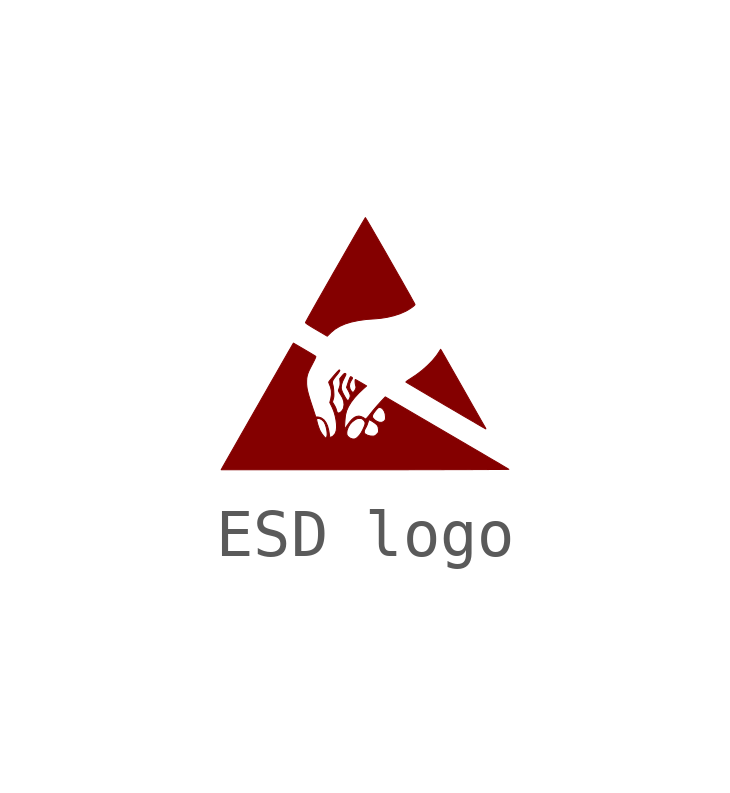
<source format=kicad_sym>
(kicad_symbol_lib
  (version 20241209)
  (generator "kicad_symbol_editor")
  (generator_version "9.0")
  (symbol "ESD logo"
    (pin_names
      (offset 1.016))
    (property "Reference" "LOGO"
      (at 0 1.996 0)
      (effects (font (size 1.27 1.27)) (hide yes)))
    (symbol "ESD logo_0_0"
      (polyline (pts (xy -0.713 0.219) (xy -0.712 0.22) (xy -0.629 0.289) (xy -0.531 0.348) (xy -0.417 0.398) (xy -0.287 0.438) (xy -0.14 0.469) (xy 0.024 0.492) (xy 0.205 0.505) (xy 0.32 0.515) (xy 0.461 0.537) (xy 0.597 0.569) (xy 0.725 0.61) (xy 0.837 0.659) (xy 0.848 0.664) (xy 0.892 0.689) (xy 0.937 0.717) (xy 0.977 0.744) (xy 1.01 0.769) (xy 1.032 0.79) (xy 1.04 0.803) (xy 1.036 0.811) (xy 1.024 0.836) (xy 1.002 0.875) (xy 0.973 0.927) (xy 0.938 0.992) (xy 0.896 1.066) (xy 0.848 1.15) (xy 0.797 1.241) (xy 0.742 1.339) (xy 0.683 1.441) (xy 0.623 1.547) (xy 0.561 1.655) (xy 0.499 1.764) (xy 0.438 1.872) (xy 0.377 1.978) (xy 0.318 2.08) (xy 0.262 2.178) (xy 0.209 2.269) (xy 0.161 2.352) (xy 0.118 2.427) (xy 0.08 2.491) (xy 0.05 2.543) (xy 0.026 2.582) (xy 0.011 2.606) (xy 0.005 2.615) (xy 0.004 2.614) (xy -0.004 2.6) (xy -0.022 2.571) (xy -0.048 2.527) (xy -0.082 2.47) (xy -0.122 2.401) (xy -0.168 2.322) (xy -0.22 2.233) (xy -0.276 2.135) (xy -0.336 2.031) (xy -0.399 1.921) (xy -0.464 1.807) (xy -0.531 1.69) (xy -0.599 1.571) (xy -0.668 1.452) (xy -0.735 1.333) (xy -0.802 1.216) (xy -0.866 1.103) (xy -0.928 0.994) (xy -0.987 0.891) (xy -1.041 0.795) (xy -1.091 0.707) (xy -1.134 0.629) (xy -1.172 0.562) (xy -1.202 0.507) (xy -1.225 0.465) (xy -1.239 0.439) (xy -1.244 0.428) (xy -1.24 0.42) (xy -1.224 0.405) (xy -1.195 0.385) (xy -1.151 0.357) (xy -1.093 0.321) (xy -1.018 0.277) (xy -0.79 0.143) (xy -0.713 0.219)) (stroke (width 0.01) (type default)) (fill (type outline)))
      (polyline (pts (xy 0.643 -2.641) (xy 0.885 -2.641) (xy 1.117 -2.64) (xy 1.339 -2.64) (xy 1.55 -2.64) (xy 1.75 -2.639) (xy 1.936 -2.639) (xy 2.11 -2.639) (xy 2.271 -2.638) (xy 2.417 -2.638) (xy 2.548 -2.637) (xy 2.664 -2.636) (xy 2.763 -2.636) (xy 2.846 -2.635) (xy 2.911 -2.634) (xy 2.958 -2.634) (xy 2.987 -2.633) (xy 2.996 -2.632) (xy 2.995 -2.632) (xy 2.984 -2.625) (xy 2.957 -2.608) (xy 2.916 -2.584) (xy 2.862 -2.552) (xy 2.797 -2.513) (xy 2.722 -2.469) (xy 2.639 -2.421) (xy 2.55 -2.369) (xy 2.456 -2.313) (xy 2.364 -2.259) (xy 2.254 -2.195) (xy 2.132 -2.124) (xy 2.001 -2.047) (xy 1.863 -1.966) (xy 1.722 -1.884) (xy 1.579 -1.8) (xy 1.438 -1.718) (xy 1.302 -1.638) (xy 1.173 -1.563) (xy 0.42 -1.122) (xy 0.356 -1.189) (xy 0.328 -1.219) (xy 0.249 -1.307) (xy 0.167 -1.403) (xy 0.087 -1.503) (xy 0.069 -1.526) (xy 0.151 -1.526) (xy 0.158 -1.497) (xy 0.177 -1.462) (xy 0.211 -1.417) (xy 0.217 -1.409) (xy 0.246 -1.375) (xy 0.267 -1.354) (xy 0.284 -1.343) (xy 0.3 -1.341) (xy 0.308 -1.341) (xy 0.344 -1.355) (xy 0.375 -1.384) (xy 0.401 -1.427) (xy 0.418 -1.478) (xy 0.424 -1.537) (xy 0.424 -1.562) (xy 0.422 -1.589) (xy 0.414 -1.608) (xy 0.4 -1.624) (xy 0.382 -1.639) (xy 0.341 -1.654) (xy 0.294 -1.651) (xy 0.29 -1.65) (xy 0.246 -1.632) (xy 0.203 -1.605) (xy 0.17 -1.573) (xy 0.156 -1.551) (xy 0.151 -1.526) (xy 0.069 -1.526) (xy 0.068 -1.526) (xy 0.039 -1.56) (xy 0.018 -1.579) (xy 0.007 -1.584) (xy 0.004 -1.582) (xy -0.014 -1.57) (xy -0.038 -1.554) (xy -0.043 -1.551) (xy -0.078 -1.535) (xy -0.115 -1.525) (xy -0.134 -1.523) (xy -0.18 -1.53) (xy -0.226 -1.551) (xy -0.273 -1.59) (xy -0.322 -1.645) (xy -0.376 -1.72) (xy -0.385 -1.732) (xy -0.405 -1.762) (xy -0.421 -1.783) (xy -0.428 -1.791) (xy -0.429 -1.786) (xy -0.43 -1.766) (xy -0.429 -1.732) (xy -0.426 -1.689) (xy -0.423 -1.64) (xy -0.419 -1.59) (xy -0.414 -1.542) (xy -0.409 -1.501) (xy -0.408 -1.496) (xy -0.387 -1.413) (xy -0.348 -1.325) (xy -0.292 -1.233) (xy -0.22 -1.139) (xy -0.133 -1.044) (xy -0.032 -0.949) (xy 0.031 -0.894) (xy -0.083 -0.827) (xy -0.092 -0.822) (xy -0.134 -0.798) (xy -0.169 -0.778) (xy -0.193 -0.765) (xy -0.204 -0.76) (xy -0.208 -0.767) (xy -0.21 -0.788) (xy -0.209 -0.819) (xy -0.205 -0.853) (xy -0.198 -0.886) (xy -0.193 -0.903) (xy -0.191 -0.927) (xy -0.196 -0.949) (xy -0.21 -0.979) (xy -0.216 -0.989) (xy -0.236 -1.018) (xy -0.255 -1.027) (xy -0.275 -1.017) (xy -0.297 -0.989) (xy -0.316 -0.953) (xy -0.327 -0.898) (xy -0.319 -0.84) (xy -0.291 -0.781) (xy -0.286 -0.775) (xy -0.27 -0.748) (xy -0.264 -0.732) (xy -0.266 -0.723) (xy -0.275 -0.714) (xy -0.288 -0.706) (xy -0.3 -0.7) (xy -0.303 -0.701) (xy -0.314 -0.715) (xy -0.328 -0.746) (xy -0.345 -0.79) (xy -0.363 -0.845) (xy -0.388 -0.924) (xy -0.349 -0.995) (xy -0.333 -1.027) (xy -0.316 -1.069) (xy -0.31 -1.1) (xy -0.311 -1.112) (xy -0.319 -1.141) (xy -0.331 -1.17) (xy -0.346 -1.192) (xy -0.359 -1.2) (xy -0.367 -1.197) (xy -0.384 -1.179) (xy -0.405 -1.149) (xy -0.427 -1.111) (xy -0.45 -1.069) (xy -0.471 -1.027) (xy -0.486 -0.989) (xy -0.495 -0.959) (xy -0.498 -0.928) (xy -0.491 -0.868) (xy -0.47 -0.801) (xy -0.436 -0.731) (xy -0.426 -0.711) (xy -0.408 -0.675) (xy -0.401 -0.653) (xy -0.403 -0.641) (xy -0.406 -0.638) (xy -0.42 -0.632) (xy -0.435 -0.636) (xy -0.456 -0.654) (xy -0.484 -0.686) (xy -0.53 -0.743) (xy -0.524 -0.809) (xy -0.522 -0.838) (xy -0.525 -0.882) (xy -0.535 -0.92) (xy -0.54 -0.934) (xy -0.55 -0.963) (xy -0.557 -0.983) (xy -0.556 -0.996) (xy -0.544 -1.024) (xy -0.52 -1.062) (xy -0.515 -1.069) (xy -0.471 -1.144) (xy -0.447 -1.215) (xy -0.44 -1.285) (xy -0.451 -1.355) (xy -0.456 -1.369) (xy -0.476 -1.403) (xy -0.502 -1.433) (xy -0.531 -1.453) (xy -0.558 -1.459) (xy -0.565 -1.458) (xy -0.578 -1.451) (xy -0.587 -1.434) (xy -0.596 -1.403) (xy -0.605 -1.372) (xy -0.623 -1.33) (xy -0.645 -1.29) (xy -0.682 -1.229) (xy -0.665 -1.173) (xy -0.657 -1.143) (xy -0.652 -1.11) (xy -0.651 -1.07) (xy -0.654 -1.016) (xy -0.655 -0.99) (xy -0.66 -0.944) (xy -0.665 -0.905) (xy -0.671 -0.88) (xy -0.671 -0.879) (xy -0.68 -0.846) (xy -0.682 -0.818) (xy -0.677 -0.791) (xy -0.663 -0.762) (xy -0.638 -0.726) (xy -0.601 -0.679) (xy -0.6 -0.678) (xy -0.563 -0.632) (xy -0.54 -0.598) (xy -0.529 -0.576) (xy -0.529 -0.564) (xy -0.54 -0.56) (xy -0.545 -0.563) (xy -0.561 -0.579) (xy -0.586 -0.604) (xy -0.616 -0.638) (xy -0.649 -0.675) (xy -0.682 -0.714) (xy -0.712 -0.75) (xy -0.737 -0.781) (xy -0.754 -0.804) (xy -0.76 -0.815) (xy -0.757 -0.828) (xy -0.747 -0.854) (xy -0.734 -0.886) (xy -0.722 -0.916) (xy -0.704 -0.995) (xy -0.703 -1.08) (xy -0.718 -1.167) (xy -0.737 -1.24) (xy -0.694 -1.327) (xy -0.68 -1.356) (xy -0.649 -1.436) (xy -0.625 -1.52) (xy -0.608 -1.605) (xy -0.598 -1.686) (xy -0.596 -1.76) (xy -0.603 -1.824) (xy -0.619 -1.873) (xy -0.384 -1.873) (xy -0.377 -1.822) (xy -0.357 -1.767) (xy -0.346 -1.744) (xy -0.314 -1.691) (xy -0.275 -1.648) (xy -0.223 -1.608) (xy -0.211 -1.6) (xy -0.179 -1.582) (xy -0.15 -1.573) (xy -0.118 -1.571) (xy -0.112 -1.571) (xy -0.081 -1.573) (xy -0.058 -1.583) (xy -0.034 -1.605) (xy -0.019 -1.621) (xy -0.005 -1.645) (xy -0.001 -1.672) (xy -0.007 -1.706) (xy -0.023 -1.749) (xy -0.049 -1.806) (xy -0.057 -1.822) (xy -0.071 -1.848) (xy -0.019 -1.848) (xy -0.011 -1.811) (xy 0.009 -1.772) (xy 0.023 -1.748) (xy 0.042 -1.706) (xy 0.056 -1.664) (xy 0.066 -1.633) (xy 0.076 -1.609) (xy 0.084 -1.601) (xy 0.103 -1.606) (xy 0.132 -1.622) (xy 0.166 -1.643) (xy 0.2 -1.667) (xy 0.229 -1.69) (xy 0.248 -1.709) (xy 0.258 -1.722) (xy 0.272 -1.756) (xy 0.278 -1.802) (xy 0.279 -1.806) (xy 0.28 -1.838) (xy 0.276 -1.859) (xy 0.265 -1.877) (xy 0.242 -1.901) (xy 0.221 -1.921) (xy 0.201 -1.934) (xy 0.178 -1.94) (xy 0.144 -1.94) (xy 0.104 -1.937) (xy 0.044 -1.92) (xy -0.006 -1.89) (xy -0.015 -1.877) (xy -0.019 -1.848) (xy -0.071 -1.848) (xy -0.087 -1.877) (xy -0.117 -1.919) (xy -0.149 -1.954) (xy -0.172 -1.975) (xy -0.195 -1.991) (xy -0.217 -1.999) (xy -0.242 -2.001) (xy -0.27 -1.998) (xy -0.32 -1.979) (xy -0.364 -1.942) (xy -0.379 -1.915) (xy -0.384 -1.873) (xy -0.619 -1.873) (xy -0.619 -1.873) (xy -0.633 -1.898) (xy -0.671 -1.94) (xy -0.716 -1.965) (xy -0.725 -1.967) (xy -0.733 -1.963) (xy -0.738 -1.95) (xy -0.743 -1.925) (xy -0.749 -1.883) (xy -0.76 -1.815) (xy -0.784 -1.727) (xy -0.817 -1.656) (xy -0.858 -1.601) (xy -0.909 -1.564) (xy -0.922 -1.558) (xy -0.959 -1.546) (xy -0.991 -1.541) (xy -1.029 -1.541) (xy -1.111 -1.293) (xy -1.112 -1.29) (xy -1.143 -1.195) (xy -1.167 -1.116) (xy -1.186 -1.05) (xy -1.2 -0.994) (xy -1.21 -0.945) (xy -1.216 -0.9) (xy -1.22 -0.856) (xy -1.22 -0.811) (xy -1.22 -0.784) (xy -1.217 -0.733) (xy -1.208 -0.686) (xy -1.194 -0.637) (xy -1.173 -0.584) (xy -1.143 -0.522) (xy -1.104 -0.447) (xy -1.088 -0.416) (xy -1.058 -0.358) (xy -1.039 -0.316) (xy -1.029 -0.289) (xy -1.029 -0.278) (xy -1.039 -0.271) (xy -1.064 -0.255) (xy -1.102 -0.232) (xy -1.15 -0.203) (xy -1.206 -0.17) (xy -1.267 -0.134) (xy -1.495 -0.001) (xy -1.512 -0.028) (xy -1.513 -0.029) (xy -1.522 -0.046) (xy -1.541 -0.079) (xy -1.568 -0.126) (xy -1.603 -0.186) (xy -1.645 -0.26) (xy -1.693 -0.344) (xy -1.747 -0.438) (xy -1.805 -0.54) (xy -1.868 -0.651) (xy -1.935 -0.767) (xy -2.005 -0.889) (xy -2.076 -1.015) (xy -2.15 -1.143) (xy -2.224 -1.274) (xy -2.299 -1.404) (xy -2.373 -1.534) (xy -2.407 -1.593) (xy -1.01 -1.593) (xy -1.01 -1.585) (xy -1.002 -1.573) (xy -0.98 -1.571) (xy -0.954 -1.574) (xy -0.908 -1.594) (xy -0.867 -1.631) (xy -0.851 -1.655) (xy -0.83 -1.7) (xy -0.813 -1.754) (xy -0.8 -1.812) (xy -0.793 -1.868) (xy -0.792 -1.917) (xy -0.799 -1.953) (xy -0.809 -1.972) (xy -0.819 -1.981) (xy -0.829 -1.976) (xy -0.848 -1.958) (xy -0.872 -1.93) (xy -0.898 -1.896) (xy -0.921 -1.86) (xy -0.94 -1.826) (xy -0.949 -1.807) (xy -0.966 -1.762) (xy -0.983 -1.712) (xy -0.997 -1.663) (xy -1.007 -1.622) (xy -1.01 -1.593) (xy -2.407 -1.593) (xy -2.446 -1.662) (xy -2.517 -1.787) (xy -2.586 -1.907) (xy -2.651 -2.022) (xy -2.713 -2.131) (xy -2.77 -2.231) (xy -2.822 -2.322) (xy -2.868 -2.403) (xy -2.908 -2.473) (xy -2.94 -2.53) (xy -2.965 -2.573) (xy -2.981 -2.602) (xy -2.987 -2.614) (xy -3.002 -2.641) (xy 0.002 -2.641) (xy 0.132 -2.641) (xy 0.391 -2.641) (xy 0.643 -2.641)) (stroke (width 0.01) (type default)) (fill (type outline)))
      (polyline (pts (xy 2.516 -1.789) (xy 2.514 -1.778) (xy 2.503 -1.758) (xy 2.497 -1.747) (xy 2.481 -1.72) (xy 2.456 -1.677) (xy 2.424 -1.621) (xy 2.385 -1.552) (xy 2.34 -1.473) (xy 2.289 -1.383) (xy 2.233 -1.286) (xy 2.174 -1.181) (xy 2.111 -1.07) (xy 2.046 -0.955) (xy 1.988 -0.853) (xy 1.925 -0.742) (xy 1.865 -0.637) (xy 1.809 -0.539) (xy 1.758 -0.449) (xy 1.712 -0.369) (xy 1.673 -0.299) (xy 1.64 -0.242) (xy 1.615 -0.199) (xy 1.599 -0.17) (xy 1.591 -0.157) (xy 1.574 -0.13) (xy 1.528 -0.202) (xy 1.484 -0.266) (xy 1.4 -0.368) (xy 1.3 -0.469) (xy 1.188 -0.568) (xy 1.065 -0.662) (xy 0.933 -0.749) (xy 0.903 -0.768) (xy 0.873 -0.789) (xy 0.854 -0.805) (xy 0.849 -0.813) (xy 0.85 -0.814) (xy 0.866 -0.823) (xy 0.896 -0.842) (xy 0.942 -0.869) (xy 1 -0.903) (xy 1.071 -0.945) (xy 1.153 -0.994) (xy 1.244 -1.047) (xy 1.343 -1.106) (xy 1.45 -1.169) (xy 1.563 -1.235) (xy 1.681 -1.305) (xy 1.723 -1.329) (xy 1.839 -1.397) (xy 1.95 -1.462) (xy 2.055 -1.524) (xy 2.152 -1.58) (xy 2.24 -1.631) (xy 2.318 -1.677) (xy 2.384 -1.716) (xy 2.438 -1.747) (xy 2.479 -1.77) (xy 2.505 -1.785) (xy 2.514 -1.79) (xy 2.516 -1.789)) (stroke (width 0.01) (type default)) (fill (type outline))))))
</source>
